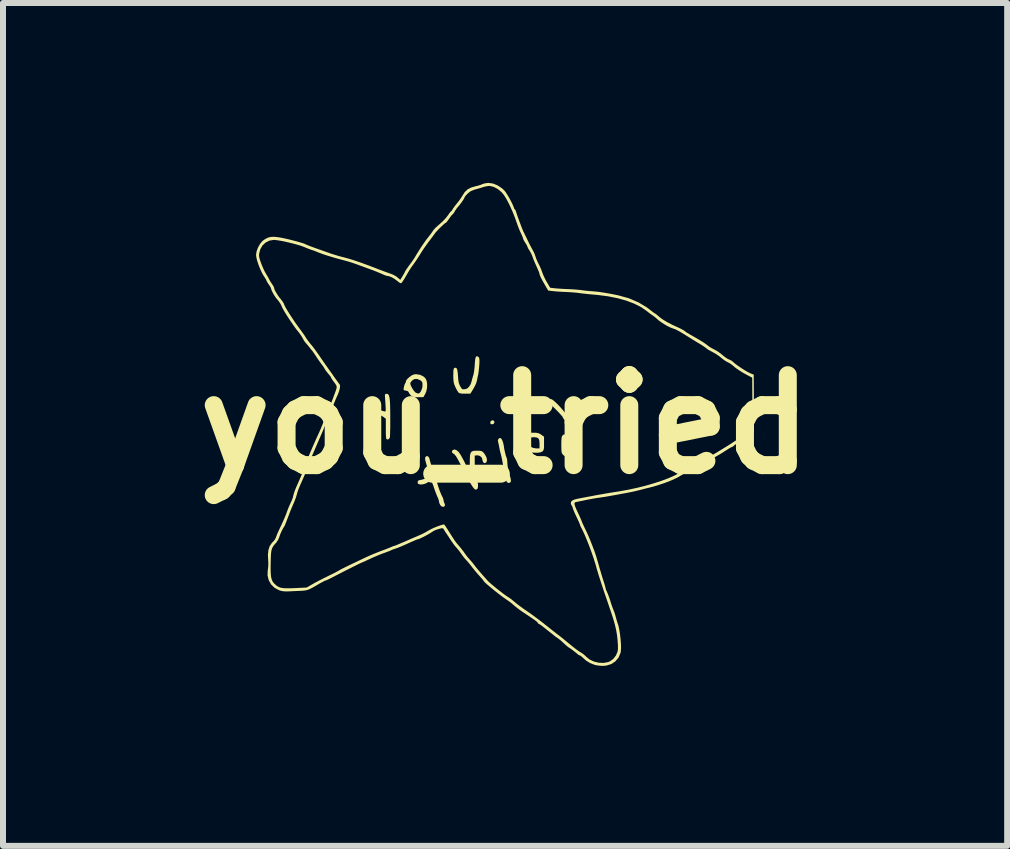
<source format=kicad_pcb>
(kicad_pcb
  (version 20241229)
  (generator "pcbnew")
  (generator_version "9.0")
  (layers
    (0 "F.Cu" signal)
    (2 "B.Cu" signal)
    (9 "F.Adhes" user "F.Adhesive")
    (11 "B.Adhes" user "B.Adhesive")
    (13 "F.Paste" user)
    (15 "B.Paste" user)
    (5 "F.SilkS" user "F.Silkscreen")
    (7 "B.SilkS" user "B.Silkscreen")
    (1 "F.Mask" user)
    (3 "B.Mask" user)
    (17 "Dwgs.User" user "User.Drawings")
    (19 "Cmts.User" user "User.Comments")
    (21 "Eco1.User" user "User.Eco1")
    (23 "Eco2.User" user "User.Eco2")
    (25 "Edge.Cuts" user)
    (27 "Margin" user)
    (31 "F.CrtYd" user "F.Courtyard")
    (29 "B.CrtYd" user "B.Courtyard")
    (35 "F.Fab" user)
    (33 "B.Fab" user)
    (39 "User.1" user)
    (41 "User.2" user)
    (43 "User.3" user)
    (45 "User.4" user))
  (footprint "you_tried"
    (layer "F.Cu")
    (at 5.371 4.027)
    (property "Reference" "you_tried" (at 0 0 0) (layer "F.SilkS") (effects (font (size 1.5 1.5) (thickness 0.3))))
    (attr board_only exclude_from_pos_files exclude_from_bom)
    (fp_poly (pts (xy -0.188 -0.063) (xy -0.177 -0.042) (xy -0.178 -0.033) (xy -0.19 -0.011) (xy -0.213 -0.002) (xy -0.235 -0.006) (xy -0.246 -0.019) (xy -0.244 -0.044) (xy -0.235 -0.058) (xy -0.211 -0.07)) (stroke (width 0) (type solid)) (fill yes) (layer "F.SilkS"))
    (fp_poly (pts (xy -0.063 0.236) (xy -0.046 0.266) (xy -0.031 0.308) (xy -0.021 0.355) (xy -0.021 0.356) (xy -0.013 0.41) (xy -0.001 0.465) (xy 0.011 0.514) (xy 0.023 0.548) (xy 0.026 0.553) (xy 0.033 0.579) (xy 0.037 0.617) (xy 0.038 0.634) (xy 0.041 0.685) (xy 0.053 0.75) (xy 0.074 0.833) (xy 0.09 0.89) (xy 0.097 0.925) (xy 0.097 0.953) (xy 0.096 0.956) (xy 0.079 0.972) (xy 0.053 0.975) (xy 0.032 0.964) (xy 0.031 0.962) (xy 0.023 0.942) (xy 0.013 0.903) (xy 0.001 0.852) (xy -0.012 0.794) (xy -0.024 0.736) (xy -0.033 0.683) (xy -0.037 0.657) (xy -0.047 0.6) (xy -0.06 0.537) (xy -0.068 0.506) (xy -0.082 0.453) (xy -0.094 0.398) (xy -0.099 0.369) (xy -0.107 0.328) (xy -0.115 0.295) (xy -0.118 0.284) (xy -0.119 0.257) (xy -0.103 0.234) (xy -0.08 0.225)) (stroke (width 0) (type solid)) (fill yes) (layer "F.SilkS"))
    (fp_poly (pts (xy -1.414 -0.827) (xy -1.356 -0.797) (xy -1.326 -0.767) (xy -1.307 -0.726) (xy -1.299 -0.672) (xy -1.301 -0.611) (xy -1.313 -0.551) (xy -1.331 -0.51) (xy -1.361 -0.456) (xy -1.44 -0.454) (xy -1.502 -0.455) (xy -1.545 -0.465) (xy -1.552 -0.469) (xy -1.581 -0.493) (xy -1.601 -0.525) (xy -1.618 -0.553) (xy -1.643 -0.562) (xy -1.651 -0.563) (xy -1.678 -0.568) (xy -1.691 -0.578) (xy -1.691 -0.6) (xy -1.684 -0.634) (xy -1.674 -0.668) (xy -1.662 -0.692) (xy -1.58 -0.692) (xy -1.579 -0.672) (xy -1.567 -0.64) (xy -1.547 -0.602) (xy -1.523 -0.566) (xy -1.5 -0.538) (xy -1.487 -0.529) (xy -1.454 -0.515) (xy -1.431 -0.519) (xy -1.409 -0.543) (xy -1.402 -0.555) (xy -1.38 -0.611) (xy -1.376 -0.655) (xy -1.378 -0.693) (xy -1.387 -0.715) (xy -1.409 -0.733) (xy -1.416 -0.738) (xy -1.468 -0.759) (xy -1.514 -0.756) (xy -1.554 -0.729) (xy -1.58 -0.692) (xy -1.662 -0.692) (xy -1.662 -0.693) (xy -1.66 -0.695) (xy -1.652 -0.715) (xy -1.651 -0.726) (xy -1.642 -0.744) (xy -1.617 -0.771) (xy -1.592 -0.792) (xy -1.551 -0.821) (xy -1.515 -0.835) (xy -1.482 -0.838)) (stroke (width 0) (type solid)) (fill yes) (layer "F.SilkS"))
    (fp_poly (pts (xy -1.962 -0.51) (xy -1.947 -0.501) (xy -1.936 -0.481) (xy -1.927 -0.448) (xy -1.921 -0.4) (xy -1.917 -0.335) (xy -1.915 -0.249) (xy -1.914 -0.141) (xy -1.914 -0.12) (xy -1.914 -0.033) (xy -1.914 0.047) (xy -1.916 0.116) (xy -1.917 0.17) (xy -1.919 0.206) (xy -1.921 0.218) (xy -1.936 0.243) (xy -1.96 0.251) (xy -1.98 0.242) (xy -1.983 0.227) (xy -1.986 0.192) (xy -1.988 0.142) (xy -1.988 0.081) (xy -1.988 0.069) (xy -1.988 -0.095) (xy -2.025 -0.123) (xy -2.053 -0.141) (xy -2.073 -0.15) (xy -2.075 -0.15) (xy -2.093 -0.156) (xy -2.123 -0.17) (xy -2.13 -0.174) (xy -2.166 -0.189) (xy -2.186 -0.185) (xy -2.209 -0.175) (xy -2.233 -0.187) (xy -2.252 -0.219) (xy -2.258 -0.236) (xy -2.268 -0.285) (xy -2.263 -0.315) (xy -2.244 -0.325) (xy -2.222 -0.319) (xy -2.188 -0.303) (xy -2.151 -0.283) (xy -2.12 -0.262) (xy -2.114 -0.257) (xy -2.086 -0.24) (xy -2.067 -0.233) (xy -2.031 -0.223) (xy -2.013 -0.218) (xy -2 -0.215) (xy -1.993 -0.22) (xy -1.99 -0.236) (xy -1.99 -0.268) (xy -1.993 -0.321) (xy -1.993 -0.321) (xy -1.996 -0.376) (xy -2 -0.426) (xy -2.002 -0.462) (xy -2.003 -0.469) (xy -2.003 -0.497) (xy -1.99 -0.508) (xy -1.98 -0.51)) (stroke (width 0) (type solid)) (fill yes) (layer "F.SilkS"))
    (fp_poly (pts (xy -0.458 -1.135) (xy -0.443 -1.125) (xy -0.433 -1.112) (xy -0.428 -1.089) (xy -0.427 -1.052) (xy -0.429 -1.001) (xy -0.434 -0.942) (xy -0.44 -0.884) (xy -0.447 -0.838) (xy -0.448 -0.832) (xy -0.458 -0.787) (xy -0.466 -0.745) (xy -0.469 -0.732) (xy -0.481 -0.689) (xy -0.501 -0.644) (xy -0.531 -0.59) (xy -0.542 -0.572) (xy -0.579 -0.513) (xy -0.669 -0.513) (xy -0.721 -0.514) (xy -0.754 -0.52) (xy -0.774 -0.53) (xy -0.778 -0.535) (xy -0.794 -0.558) (xy -0.814 -0.594) (xy -0.83 -0.627) (xy -0.846 -0.665) (xy -0.856 -0.7) (xy -0.861 -0.742) (xy -0.863 -0.797) (xy -0.863 -0.816) (xy -0.862 -0.873) (xy -0.86 -0.91) (xy -0.854 -0.931) (xy -0.846 -0.942) (xy -0.843 -0.943) (xy -0.821 -0.946) (xy -0.805 -0.933) (xy -0.795 -0.903) (xy -0.788 -0.852) (xy -0.785 -0.809) (xy -0.78 -0.746) (xy -0.773 -0.699) (xy -0.76 -0.662) (xy -0.749 -0.639) (xy -0.73 -0.608) (xy -0.715 -0.589) (xy -0.71 -0.586) (xy -0.691 -0.587) (xy -0.665 -0.588) (xy -0.632 -0.599) (xy -0.6 -0.629) (xy -0.573 -0.672) (xy -0.557 -0.721) (xy -0.556 -0.726) (xy -0.547 -0.763) (xy -0.538 -0.793) (xy -0.538 -0.794) (xy -0.525 -0.836) (xy -0.515 -0.892) (xy -0.507 -0.968) (xy -0.504 -1.017) (xy -0.499 -1.079) (xy -0.49 -1.119) (xy -0.477 -1.137)) (stroke (width 0) (type solid)) (fill yes) (layer "F.SilkS"))
    (fp_poly (pts (xy -0.807 0.43) (xy -0.769 0.465) (xy -0.751 0.491) (xy -0.727 0.531) (xy -0.701 0.579) (xy -0.676 0.627) (xy -0.655 0.672) (xy -0.641 0.705) (xy -0.638 0.72) (xy -0.629 0.738) (xy -0.613 0.757) (xy -0.602 0.766) (xy -0.595 0.767) (xy -0.591 0.757) (xy -0.589 0.732) (xy -0.588 0.689) (xy -0.588 0.636) (xy -0.587 0.562) (xy -0.583 0.508) (xy -0.573 0.473) (xy -0.556 0.452) (xy -0.529 0.441) (xy -0.491 0.438) (xy -0.471 0.438) (xy -0.423 0.439) (xy -0.391 0.445) (xy -0.369 0.459) (xy -0.347 0.485) (xy -0.333 0.505) (xy -0.308 0.553) (xy -0.301 0.597) (xy -0.311 0.63) (xy -0.319 0.638) (xy -0.342 0.645) (xy -0.363 0.632) (xy -0.375 0.605) (xy -0.376 0.596) (xy -0.387 0.555) (xy -0.417 0.526) (xy -0.456 0.515) (xy -0.465 0.515) (xy -0.506 0.519) (xy -0.505 0.688) (xy -0.504 0.76) (xy -0.501 0.812) (xy -0.497 0.849) (xy -0.49 0.878) (xy -0.48 0.903) (xy -0.477 0.91) (xy -0.46 0.954) (xy -0.451 1) (xy -0.451 1.041) (xy -0.459 1.071) (xy -0.47 1.08) (xy -0.489 1.087) (xy -0.502 1.083) (xy -0.519 1.066) (xy -0.528 1.056) (xy -0.547 1.03) (xy -0.573 0.988) (xy -0.604 0.936) (xy -0.636 0.879) (xy -0.665 0.824) (xy -0.688 0.776) (xy -0.694 0.763) (xy -0.712 0.724) (xy -0.73 0.69) (xy -0.731 0.688) (xy -0.745 0.661) (xy -0.767 0.621) (xy -0.79 0.577) (xy -0.817 0.532) (xy -0.842 0.5) (xy -0.86 0.487) (xy -0.884 0.468) (xy -0.885 0.444) (xy -0.87 0.426) (xy -0.841 0.417)) (stroke (width 0) (type solid)) (fill yes) (layer "F.SilkS"))
    (fp_poly (pts (xy -1.273 0.543) (xy -1.261 0.569) (xy -1.251 0.609) (xy -1.237 0.657) (xy -1.222 0.709) (xy -1.207 0.756) (xy -1.194 0.795) (xy -1.186 0.818) (xy -1.184 0.821) (xy -1.17 0.819) (xy -1.146 0.806) (xy -1.14 0.802) (xy -1.11 0.784) (xy -1.087 0.776) (xy -1.085 0.775) (xy -1.062 0.767) (xy -1.051 0.757) (xy -1.026 0.741) (xy -0.999 0.74) (xy -0.981 0.755) (xy -0.98 0.757) (xy -0.983 0.781) (xy -1.005 0.81) (xy -1.041 0.84) (xy -1.086 0.865) (xy -1.119 0.882) (xy -1.141 0.9) (xy -1.146 0.906) (xy -1.144 0.925) (xy -1.136 0.961) (xy -1.122 1.009) (xy -1.105 1.062) (xy -1.086 1.115) (xy -1.067 1.161) (xy -1.051 1.196) (xy -1.049 1.198) (xy -1.033 1.232) (xy -1.026 1.261) (xy -1.026 1.264) (xy -1.019 1.295) (xy -1.011 1.312) (xy -1.001 1.342) (xy -1.009 1.364) (xy -1.029 1.374) (xy -1.055 1.369) (xy -1.079 1.346) (xy -1.08 1.345) (xy -1.095 1.313) (xy -1.101 1.288) (xy -1.106 1.259) (xy -1.12 1.224) (xy -1.121 1.222) (xy -1.134 1.192) (xy -1.152 1.147) (xy -1.172 1.093) (xy -1.182 1.064) (xy -1.199 1.013) (xy -1.216 0.973) (xy -1.229 0.947) (xy -1.234 0.942) (xy -1.251 0.945) (xy -1.279 0.96) (xy -1.293 0.969) (xy -1.332 0.988) (xy -1.375 0.999) (xy -1.415 1.001) (xy -1.444 0.993) (xy -1.455 0.982) (xy -1.457 0.951) (xy -1.439 0.931) (xy -1.411 0.925) (xy -1.386 0.921) (xy -1.351 0.909) (xy -1.312 0.894) (xy -1.278 0.877) (xy -1.256 0.863) (xy -1.251 0.857) (xy -1.254 0.842) (xy -1.264 0.814) (xy -1.268 0.804) (xy -1.283 0.76) (xy -1.299 0.706) (xy -1.315 0.653) (xy -1.327 0.607) (xy -1.333 0.583) (xy -1.331 0.549) (xy -1.315 0.53) (xy -1.294 0.528)) (stroke (width 0) (type solid)) (fill yes) (layer "F.SilkS"))
    (fp_poly (pts (xy 0.523 0.139) (xy 0.559 0.147) (xy 0.59 0.162) (xy 0.603 0.171) (xy 0.65 0.204) (xy 0.65 0.315) (xy 0.65 0.37) (xy 0.647 0.406) (xy 0.641 0.428) (xy 0.631 0.443) (xy 0.622 0.451) (xy 0.589 0.466) (xy 0.54 0.472) (xy 0.485 0.471) (xy 0.431 0.462) (xy 0.387 0.447) (xy 0.37 0.436) (xy 0.353 0.426) (xy 0.343 0.435) (xy 0.339 0.464) (xy 0.338 0.498) (xy 0.339 0.539) (xy 0.345 0.566) (xy 0.359 0.59) (xy 0.387 0.62) (xy 0.397 0.63) (xy 0.43 0.661) (xy 0.455 0.678) (xy 0.481 0.686) (xy 0.518 0.688) (xy 0.532 0.688) (xy 0.59 0.692) (xy 0.629 0.705) (xy 0.648 0.724) (xy 0.646 0.742) (xy 0.638 0.753) (xy 0.62 0.759) (xy 0.586 0.762) (xy 0.535 0.762) (xy 0.479 0.76) (xy 0.442 0.755) (xy 0.414 0.746) (xy 0.392 0.733) (xy 0.355 0.704) (xy 0.327 0.676) (xy 0.297 0.637) (xy 0.291 0.629) (xy 0.278 0.609) (xy 0.27 0.587) (xy 0.266 0.558) (xy 0.263 0.516) (xy 0.263 0.456) (xy 0.263 0.444) (xy 0.263 0.38) (xy 0.265 0.343) (xy 0.352 0.343) (xy 0.357 0.349) (xy 0.372 0.351) (xy 0.397 0.358) (xy 0.429 0.374) (xy 0.431 0.375) (xy 0.469 0.391) (xy 0.514 0.399) (xy 0.522 0.399) (xy 0.575 0.4) (xy 0.575 0.323) (xy 0.572 0.27) (xy 0.559 0.237) (xy 0.533 0.219) (xy 0.49 0.213) (xy 0.48 0.213) (xy 0.448 0.215) (xy 0.425 0.223) (xy 0.406 0.243) (xy 0.383 0.279) (xy 0.377 0.291) (xy 0.358 0.325) (xy 0.352 0.343) (xy 0.265 0.343) (xy 0.265 0.336) (xy 0.269 0.309) (xy 0.276 0.296) (xy 0.281 0.292) (xy 0.298 0.275) (xy 0.3 0.264) (xy 0.308 0.24) (xy 0.325 0.213) (xy 0.342 0.186) (xy 0.35 0.167) (xy 0.35 0.167) (xy 0.357 0.153) (xy 0.381 0.143) (xy 0.424 0.139) (xy 0.472 0.138)) (stroke (width 0) (type solid)) (fill yes) (layer "F.SilkS"))
    (fp_poly (pts (xy 0.785 -0.416) (xy 0.819 -0.39) (xy 0.862 -0.35) (xy 0.91 -0.301) (xy 0.959 -0.245) (xy 1.008 -0.185) (xy 1.047 -0.133) (xy 1.071 -0.1) (xy 1.092 -0.071) (xy 1.094 -0.069) (xy 1.135 -0.014) (xy 1.168 0.032) (xy 1.191 0.065) (xy 1.2 0.083) (xy 1.201 0.085) (xy 1.21 0.098) (xy 1.226 0.11) (xy 1.245 0.131) (xy 1.251 0.148) (xy 1.259 0.175) (xy 1.266 0.185) (xy 1.274 0.202) (xy 1.266 0.215) (xy 1.258 0.236) (xy 1.252 0.279) (xy 1.251 0.34) (xy 1.247 0.422) (xy 1.235 0.483) (xy 1.215 0.521) (xy 1.207 0.528) (xy 1.189 0.533) (xy 1.153 0.536) (xy 1.107 0.538) (xy 1.097 0.538) (xy 1.046 0.537) (xy 1.013 0.533) (xy 0.991 0.525) (xy 0.972 0.511) (xy 0.969 0.507) (xy 0.955 0.492) (xy 0.946 0.475) (xy 0.941 0.451) (xy 0.939 0.414) (xy 0.938 0.359) (xy 0.938 0.345) (xy 1.013 0.345) (xy 1.014 0.393) (xy 1.017 0.431) (xy 1.02 0.452) (xy 1.021 0.454) (xy 1.041 0.461) (xy 1.075 0.463) (xy 1.113 0.461) (xy 1.145 0.455) (xy 1.161 0.448) (xy 1.169 0.427) (xy 1.174 0.386) (xy 1.176 0.335) (xy 1.176 0.238) (xy 1.094 0.241) (xy 1.013 0.244) (xy 1.013 0.345) (xy 0.938 0.345) (xy 0.938 0.344) (xy 0.939 0.273) (xy 0.942 0.224) (xy 0.951 0.192) (xy 0.968 0.174) (xy 0.996 0.165) (xy 1.037 0.163) (xy 1.063 0.163) (xy 1.163 0.163) (xy 1.139 0.124) (xy 1.117 0.092) (xy 1.085 0.054) (xy 1.064 0.031) (xy 1.037 -0.001) (xy 1.018 -0.028) (xy 1.013 -0.041) (xy 1.004 -0.062) (xy 0.988 -0.081) (xy 0.969 -0.103) (xy 0.963 -0.119) (xy 0.955 -0.133) (xy 0.931 -0.16) (xy 0.897 -0.198) (xy 0.854 -0.242) (xy 0.843 -0.253) (xy 0.793 -0.303) (xy 0.759 -0.339) (xy 0.74 -0.365) (xy 0.731 -0.384) (xy 0.731 -0.398) (xy 0.731 -0.399) (xy 0.747 -0.42) (xy 0.762 -0.425)) (stroke (width 0) (type solid)) (fill yes) (layer "F.SilkS"))
    (fp_poly (pts (xy -0.197 -4.016) (xy -0.121 -3.984) (xy -0.049 -3.936) (xy -0.01 -3.899) (xy 0.012 -3.87) (xy 0.039 -3.828) (xy 0.069 -3.778) (xy 0.098 -3.724) (xy 0.123 -3.674) (xy 0.141 -3.632) (xy 0.15 -3.605) (xy 0.15 -3.602) (xy 0.159 -3.59) (xy 0.161 -3.589) (xy 0.171 -3.578) (xy 0.182 -3.552) (xy 0.185 -3.542) (xy 0.196 -3.508) (xy 0.212 -3.46) (xy 0.233 -3.403) (xy 0.255 -3.344) (xy 0.276 -3.288) (xy 0.294 -3.243) (xy 0.307 -3.213) (xy 0.31 -3.208) (xy 0.321 -3.186) (xy 0.339 -3.148) (xy 0.363 -3.1) (xy 0.377 -3.07) (xy 0.404 -3.014) (xy 0.432 -2.96) (xy 0.456 -2.916) (xy 0.464 -2.901) (xy 0.486 -2.859) (xy 0.502 -2.817) (xy 0.507 -2.802) (xy 0.518 -2.768) (xy 0.537 -2.723) (xy 0.556 -2.683) (xy 0.582 -2.631) (xy 0.606 -2.575) (xy 0.619 -2.539) (xy 0.636 -2.494) (xy 0.661 -2.439) (xy 0.69 -2.384) (xy 0.696 -2.375) (xy 0.751 -2.28) (xy 0.822 -2.271) (xy 0.865 -2.267) (xy 0.924 -2.263) (xy 0.991 -2.259) (xy 1.038 -2.257) (xy 1.108 -2.254) (xy 1.18 -2.249) (xy 1.244 -2.243) (xy 1.276 -2.239) (xy 1.337 -2.231) (xy 1.408 -2.224) (xy 1.473 -2.219) (xy 1.476 -2.219) (xy 1.558 -2.211) (xy 1.66 -2.196) (xy 1.778 -2.175) (xy 1.895 -2.151) (xy 2.066 -2.103) (xy 2.223 -2.036) (xy 2.365 -1.951) (xy 2.434 -1.898) (xy 2.466 -1.873) (xy 2.49 -1.856) (xy 2.499 -1.851) (xy 2.512 -1.843) (xy 2.538 -1.823) (xy 2.567 -1.797) (xy 2.622 -1.755) (xy 2.701 -1.707) (xy 2.802 -1.655) (xy 2.903 -1.609) (xy 2.943 -1.589) (xy 2.976 -1.571) (xy 2.99 -1.561) (xy 3.008 -1.547) (xy 3.039 -1.526) (xy 3.087 -1.498) (xy 3.154 -1.46) (xy 3.164 -1.454) (xy 3.243 -1.408) (xy 3.309 -1.367) (xy 3.358 -1.333) (xy 3.378 -1.317) (xy 3.407 -1.295) (xy 3.449 -1.27) (xy 3.486 -1.251) (xy 3.536 -1.223) (xy 3.59 -1.186) (xy 3.63 -1.153) (xy 3.67 -1.121) (xy 3.707 -1.096) (xy 3.736 -1.083) (xy 3.736 -1.082) (xy 3.771 -1.067) (xy 3.803 -1.042) (xy 3.803 -1.042) (xy 3.832 -1.016) (xy 3.876 -0.983) (xy 3.93 -0.946) (xy 3.986 -0.91) (xy 4.039 -0.878) (xy 4.083 -0.856) (xy 4.096 -0.85) (xy 4.146 -0.831) (xy 4.149 -0.358) (xy 4.15 -0.252) (xy 4.15 -0.152) (xy 4.149 -0.064) (xy 4.148 0.012) (xy 4.147 0.071) (xy 4.145 0.112) (xy 4.143 0.13) (xy 4.143 0.131) (xy 4.122 0.153) (xy 4.085 0.183) (xy 4.037 0.217) (xy 3.983 0.251) (xy 3.93 0.28) (xy 3.885 0.304) (xy 3.847 0.329) (xy 3.823 0.348) (xy 3.822 0.349) (xy 3.8 0.368) (xy 3.784 0.375) (xy 3.768 0.382) (xy 3.737 0.399) (xy 3.696 0.425) (xy 3.671 0.441) (xy 3.615 0.477) (xy 3.556 0.512) (xy 3.504 0.542) (xy 3.491 0.548) (xy 3.437 0.578) (xy 3.379 0.612) (xy 3.341 0.635) (xy 3.309 0.655) (xy 3.264 0.68) (xy 3.212 0.708) (xy 3.157 0.736) (xy 3.105 0.762) (xy 3.062 0.783) (xy 3.03 0.796) (xy 3.018 0.8) (xy 3.004 0.807) (xy 2.976 0.824) (xy 2.943 0.845) (xy 2.869 0.888) (xy 2.774 0.932) (xy 2.664 0.975) (xy 2.544 1.015) (xy 2.419 1.05) (xy 2.395 1.056) (xy 2.333 1.071) (xy 2.265 1.089) (xy 2.22 1.1) (xy 2.164 1.114) (xy 2.097 1.128) (xy 2.031 1.141) (xy 2.02 1.143) (xy 1.953 1.155) (xy 1.88 1.169) (xy 1.815 1.181) (xy 1.807 1.182) (xy 1.752 1.192) (xy 1.7 1.201) (xy 1.661 1.208) (xy 1.657 1.208) (xy 1.576 1.22) (xy 1.51 1.23) (xy 1.452 1.24) (xy 1.391 1.251) (xy 1.338 1.262) (xy 1.281 1.274) (xy 1.23 1.284) (xy 1.193 1.292) (xy 1.179 1.295) (xy 1.164 1.301) (xy 1.157 1.314) (xy 1.159 1.337) (xy 1.171 1.373) (xy 1.193 1.425) (xy 1.221 1.485) (xy 1.244 1.534) (xy 1.262 1.575) (xy 1.273 1.601) (xy 1.276 1.609) (xy 1.281 1.623) (xy 1.294 1.654) (xy 1.314 1.696) (xy 1.324 1.718) (xy 1.365 1.803) (xy 1.397 1.875) (xy 1.424 1.941) (xy 1.45 2.007) (xy 1.468 2.055) (xy 1.486 2.101) (xy 1.495 2.126) (xy 1.505 2.155) (xy 1.52 2.201) (xy 1.537 2.259) (xy 1.556 2.324) (xy 1.558 2.332) (xy 1.579 2.406) (xy 1.602 2.482) (xy 1.623 2.553) (xy 1.64 2.605) (xy 1.656 2.655) (xy 1.668 2.697) (xy 1.675 2.724) (xy 1.676 2.73) (xy 1.681 2.751) (xy 1.695 2.782) (xy 1.698 2.789) (xy 1.713 2.823) (xy 1.731 2.871) (xy 1.749 2.923) (xy 1.75 2.926) (xy 1.766 2.979) (xy 1.779 3.017) (xy 1.791 3.051) (xy 1.806 3.09) (xy 1.818 3.12) (xy 1.834 3.166) (xy 1.848 3.217) (xy 1.851 3.227) (xy 1.862 3.267) (xy 1.872 3.3) (xy 1.875 3.308) (xy 1.891 3.357) (xy 1.905 3.423) (xy 1.917 3.499) (xy 1.926 3.579) (xy 1.932 3.658) (xy 1.934 3.728) (xy 1.93 3.784) (xy 1.926 3.808) (xy 1.892 3.887) (xy 1.839 3.95) (xy 1.772 3.995) (xy 1.691 4.02) (xy 1.626 4.026) (xy 1.573 4.022) (xy 1.522 4.015) (xy 1.493 4.008) (xy 1.414 3.977) (xy 1.35 3.936) (xy 1.31 3.901) (xy 1.281 3.874) (xy 1.258 3.856) (xy 1.249 3.852) (xy 1.229 3.845) (xy 1.222 3.839) (xy 1.159 3.788) (xy 1.112 3.752) (xy 1.081 3.73) (xy 1.071 3.724) (xy 1.049 3.709) (xy 1.016 3.682) (xy 0.979 3.648) (xy 0.978 3.647) (xy 0.939 3.611) (xy 0.9 3.579) (xy 0.872 3.559) (xy 0.839 3.536) (xy 0.813 3.516) (xy 0.811 3.514) (xy 0.786 3.493) (xy 0.755 3.469) (xy 0.754 3.468) (xy 0.726 3.446) (xy 0.688 3.416) (xy 0.648 3.384) (xy 0.612 3.356) (xy 0.582 3.335) (xy 0.566 3.327) (xy 0.565 3.327) (xy 0.55 3.317) (xy 0.546 3.309) (xy 0.542 3.301) (xy 0.533 3.292) (xy 0.517 3.278) (xy 0.491 3.259) (xy 0.453 3.233) (xy 0.4 3.197) (xy 0.33 3.15) (xy 0.305 3.134) (xy 0.253 3.098) (xy 0.205 3.062) (xy 0.166 3.031) (xy 0.15 3.017) (xy 0.118 2.989) (xy 0.073 2.954) (xy 0.025 2.921) (xy 0.019 2.917) (xy -0.017 2.892) (xy -0.063 2.858) (xy -0.115 2.818) (xy -0.17 2.775) (xy -0.223 2.731) (xy -0.271 2.691) (xy -0.311 2.657) (xy -0.339 2.631) (xy -0.35 2.617) (xy -0.351 2.616) (xy -0.359 2.604) (xy -0.38 2.578) (xy -0.41 2.544) (xy -0.421 2.532) (xy -0.462 2.486) (xy -0.51 2.429) (xy -0.554 2.374) (xy -0.562 2.363) (xy -0.596 2.32) (xy -0.627 2.283) (xy -0.65 2.258) (xy -0.656 2.251) (xy -0.674 2.232) (xy -0.7 2.199) (xy -0.725 2.164) (xy -0.757 2.119) (xy -0.791 2.076) (xy -0.813 2.051) (xy -0.84 2.02) (xy -0.873 1.975) (xy -0.907 1.926) (xy -0.915 1.913) (xy -0.943 1.87) (xy -0.968 1.833) (xy -0.984 1.809) (xy -0.988 1.804) (xy -1.002 1.782) (xy -1.016 1.757) (xy -1.033 1.733) (xy -1.055 1.73) (xy -1.056 1.73) (xy -1.114 1.745) (xy -1.155 1.759) (xy -1.186 1.773) (xy -1.217 1.792) (xy -1.219 1.794) (xy -1.254 1.816) (xy -1.298 1.841) (xy -1.346 1.867) (xy -1.391 1.889) (xy -1.427 1.906) (xy -1.449 1.913) (xy -1.45 1.913) (xy -1.467 1.918) (xy -1.5 1.931) (xy -1.542 1.95) (xy -1.548 1.952) (xy -1.593 1.972) (xy -1.632 1.99) (xy -1.656 2.001) (xy -1.657 2.001) (xy -1.721 2.029) (xy -1.767 2.048) (xy -1.803 2.062) (xy -1.832 2.072) (xy -1.845 2.076) (xy -1.879 2.088) (xy -1.903 2.099) (xy -1.907 2.101) (xy -1.924 2.109) (xy -1.959 2.122) (xy -2.004 2.139) (xy -2.02 2.144) (xy -2.075 2.165) (xy -2.142 2.192) (xy -2.211 2.222) (xy -2.249 2.24) (xy -2.301 2.264) (xy -2.344 2.284) (xy -2.374 2.297) (xy -2.385 2.301) (xy -2.398 2.307) (xy -2.43 2.322) (xy -2.477 2.345) (xy -2.536 2.374) (xy -2.603 2.408) (xy -2.675 2.444) (xy -2.748 2.482) (xy -2.819 2.518) (xy -2.873 2.546) (xy -2.92 2.57) (xy -2.959 2.589) (xy -2.984 2.6) (xy -2.99 2.601) (xy -3.006 2.607) (xy -3.037 2.623) (xy -3.078 2.645) (xy -3.093 2.653) (xy -3.161 2.693) (xy -3.212 2.722) (xy -3.253 2.743) (xy -3.287 2.757) (xy -3.32 2.766) (xy -3.358 2.771) (xy -3.406 2.774) (xy -3.468 2.777) (xy -3.498 2.778) (xy -3.575 2.782) (xy -3.633 2.784) (xy -3.675 2.783) (xy -3.707 2.78) (xy -3.733 2.775) (xy -3.76 2.767) (xy -3.77 2.763) (xy -3.844 2.723) (xy -3.902 2.666) (xy -3.941 2.596) (xy -3.96 2.516) (xy -3.957 2.429) (xy -3.954 2.417) (xy -3.948 2.367) (xy -3.947 2.309) (xy -3.949 2.274) (xy -3.954 2.175) (xy -3.946 2.095) (xy -3.925 2.03) (xy -3.888 1.976) (xy -3.864 1.951) (xy -3.837 1.919) (xy -3.821 1.885) (xy -3.82 1.882) (xy -3.811 1.857) (xy -3.794 1.815) (xy -3.77 1.762) (xy -3.742 1.703) (xy -3.738 1.695) (xy -3.708 1.63) (xy -3.679 1.565) (xy -3.655 1.507) (xy -3.639 1.464) (xy -3.619 1.408) (xy -3.594 1.349) (xy -3.578 1.314) (xy -3.557 1.269) (xy -3.54 1.225) (xy -3.534 1.201) (xy -3.523 1.157) (xy -3.508 1.111) (xy -3.485 1.053) (xy -3.467 1.013) (xy -3.43 0.928) (xy -3.395 0.847) (xy -3.367 0.776) (xy -3.346 0.72) (xy -3.344 0.713) (xy -3.321 0.649) (xy -3.289 0.567) (xy -3.251 0.474) (xy -3.208 0.374) (xy -3.163 0.272) (xy -3.145 0.231) (xy -3.111 0.158) (xy -3.086 0.102) (xy -3.066 0.055) (xy -3.049 0.013) (xy -3.032 -0.03) (xy -3.02 -0.063) (xy -2.999 -0.119) (xy -2.975 -0.178) (xy -2.955 -0.225) (xy -2.935 -0.272) (xy -2.911 -0.33) (xy -2.885 -0.395) (xy -2.86 -0.46) (xy -2.838 -0.52) (xy -2.82 -0.569) (xy -2.81 -0.601) (xy -2.809 -0.605) (xy -2.807 -0.628) (xy -2.814 -0.652) (xy -2.835 -0.685) (xy -2.851 -0.706) (xy -2.877 -0.741) (xy -2.895 -0.769) (xy -2.901 -0.783) (xy -2.909 -0.798) (xy -2.929 -0.824) (xy -2.946 -0.844) (xy -2.976 -0.881) (xy -3.002 -0.917) (xy -3.01 -0.932) (xy -3.031 -0.967) (xy -3.052 -0.994) (xy -3.068 -1.016) (xy -3.094 -1.052) (xy -3.125 -1.096) (xy -3.14 -1.119) (xy -3.169 -1.163) (xy -3.193 -1.198) (xy -3.209 -1.221) (xy -3.213 -1.226) (xy -3.225 -1.239) (xy -3.245 -1.264) (xy -3.253 -1.276) (xy -3.284 -1.314) (xy -3.316 -1.351) (xy -3.321 -1.356) (xy -3.348 -1.391) (xy -3.37 -1.429) (xy -3.371 -1.432) (xy -3.388 -1.462) (xy -3.414 -1.502) (xy -3.446 -1.544) (xy -3.448 -1.546) (xy -3.486 -1.594) (xy -3.528 -1.653) (xy -3.572 -1.717) (xy -3.616 -1.783) (xy -3.656 -1.846) (xy -3.69 -1.902) (xy -3.714 -1.946) (xy -3.727 -1.975) (xy -3.727 -1.975) (xy -3.743 -2.01) (xy -3.77 -2.05) (xy -3.788 -2.073) (xy -3.818 -2.109) (xy -3.849 -2.154) (xy -3.875 -2.2) (xy -3.894 -2.241) (xy -3.902 -2.268) (xy -3.902 -2.269) (xy -3.909 -2.287) (xy -3.927 -2.316) (xy -3.939 -2.333) (xy -3.961 -2.365) (xy -3.974 -2.389) (xy -3.977 -2.396) (xy -3.984 -2.414) (xy -4.001 -2.443) (xy -4.014 -2.461) (xy -4.045 -2.512) (xy -4.076 -2.576) (xy -4.105 -2.646) (xy -4.129 -2.716) (xy -4.146 -2.779) (xy -4.15 -2.813) (xy -4.102 -2.813) (xy -4.097 -2.779) (xy -4.082 -2.729) (xy -4.061 -2.671) (xy -4.036 -2.611) (xy -4.011 -2.556) (xy -3.986 -2.513) (xy -3.985 -2.51) (xy -3.96 -2.47) (xy -3.937 -2.427) (xy -3.937 -2.426) (xy -3.915 -2.386) (xy -3.888 -2.345) (xy -3.884 -2.339) (xy -3.864 -2.309) (xy -3.853 -2.285) (xy -3.852 -2.28) (xy -3.845 -2.252) (xy -3.825 -2.212) (xy -3.797 -2.166) (xy -3.766 -2.12) (xy -3.74 -2.09) (xy -3.712 -2.053) (xy -3.69 -2.019) (xy -3.683 -2) (xy -3.673 -1.976) (xy -3.651 -1.936) (xy -3.62 -1.884) (xy -3.582 -1.824) (xy -3.54 -1.76) (xy -3.497 -1.696) (xy -3.455 -1.637) (xy -3.417 -1.585) (xy -3.412 -1.579) (xy -3.379 -1.534) (xy -3.348 -1.49) (xy -3.326 -1.456) (xy -3.325 -1.454) (xy -3.303 -1.42) (xy -3.271 -1.377) (xy -3.24 -1.338) (xy -3.206 -1.297) (xy -3.166 -1.244) (xy -3.125 -1.186) (xy -3.104 -1.157) (xy -3.064 -1.098) (xy -3.021 -1.035) (xy -2.981 -0.979) (xy -2.965 -0.957) (xy -2.927 -0.902) (xy -2.882 -0.84) (xy -2.842 -0.782) (xy -2.837 -0.775) (xy -2.806 -0.732) (xy -2.78 -0.695) (xy -2.761 -0.671) (xy -2.757 -0.666) (xy -2.751 -0.645) (xy -2.754 -0.607) (xy -2.766 -0.56) (xy -2.784 -0.508) (xy -2.796 -0.481) (xy -2.809 -0.454) (xy -2.826 -0.414) (xy -2.849 -0.358) (xy -2.879 -0.285) (xy -2.916 -0.192) (xy -2.953 -0.1) (xy -2.981 -0.032) (xy -3.009 0.037) (xy -3.034 0.098) (xy -3.054 0.144) (xy -3.077 0.197) (xy -3.104 0.259) (xy -3.133 0.326) (xy -3.162 0.394) (xy -3.189 0.456) (xy -3.212 0.509) (xy -3.229 0.549) (xy -3.238 0.569) (xy -3.251 0.601) (xy -3.262 0.625) (xy -3.274 0.658) (xy -3.287 0.699) (xy -3.29 0.707) (xy -3.306 0.755) (xy -3.333 0.821) (xy -3.367 0.901) (xy -3.407 0.991) (xy -3.417 1.013) (xy -3.44 1.068) (xy -3.461 1.127) (xy -3.472 1.168) (xy -3.487 1.218) (xy -3.509 1.277) (xy -3.532 1.331) (xy -3.554 1.382) (xy -3.581 1.447) (xy -3.607 1.515) (xy -3.621 1.551) (xy -3.641 1.605) (xy -3.659 1.651) (xy -3.672 1.683) (xy -3.679 1.696) (xy -3.701 1.731) (xy -3.726 1.78) (xy -3.749 1.832) (xy -3.764 1.877) (xy -3.765 1.879) (xy -3.783 1.922) (xy -3.811 1.965) (xy -3.82 1.976) (xy -3.85 2.009) (xy -3.871 2.039) (xy -3.887 2.072) (xy -3.897 2.111) (xy -3.903 2.162) (xy -3.906 2.23) (xy -3.908 2.313) (xy -3.909 2.407) (xy -3.907 2.481) (xy -3.902 2.537) (xy -3.892 2.58) (xy -3.879 2.613) (xy -3.86 2.64) (xy -3.846 2.655) (xy -3.814 2.685) (xy -3.782 2.706) (xy -3.745 2.721) (xy -3.7 2.729) (xy -3.641 2.732) (xy -3.565 2.731) (xy -3.506 2.729) (xy -3.307 2.719) (xy -3.207 2.661) (xy -3.157 2.633) (xy -3.092 2.599) (xy -3.021 2.563) (xy -2.951 2.528) (xy -2.945 2.525) (xy -2.887 2.497) (xy -2.837 2.472) (xy -2.8 2.452) (xy -2.779 2.441) (xy -2.776 2.439) (xy -2.762 2.43) (xy -2.727 2.411) (xy -2.67 2.383) (xy -2.593 2.345) (xy -2.496 2.299) (xy -2.381 2.244) (xy -2.332 2.221) (xy -2.267 2.191) (xy -2.189 2.158) (xy -2.11 2.126) (xy -2.057 2.106) (xy -1.998 2.084) (xy -1.947 2.064) (xy -1.908 2.048) (xy -1.886 2.039) (xy -1.885 2.038) (xy -1.861 2.028) (xy -1.851 2.026) (xy -1.835 2.021) (xy -1.801 2.008) (xy -1.754 1.988) (xy -1.698 1.964) (xy -1.685 1.959) (xy -1.617 1.929) (xy -1.548 1.899) (xy -1.484 1.872) (xy -1.438 1.852) (xy -1.382 1.827) (xy -1.326 1.798) (xy -1.281 1.772) (xy -1.28 1.771) (xy -1.245 1.752) (xy -1.2 1.73) (xy -1.149 1.708) (xy -1.099 1.69) (xy -1.056 1.675) (xy -1.026 1.668) (xy -1.014 1.669) (xy -1.004 1.681) (xy -0.985 1.71) (xy -0.959 1.749) (xy -0.945 1.772) (xy -0.9 1.843) (xy -0.865 1.898) (xy -0.836 1.941) (xy -0.81 1.976) (xy -0.783 2.008) (xy -0.768 2.025) (xy -0.731 2.07) (xy -0.692 2.12) (xy -0.675 2.145) (xy -0.645 2.186) (xy -0.613 2.226) (xy -0.597 2.244) (xy -0.569 2.275) (xy -0.535 2.315) (xy -0.513 2.344) (xy -0.475 2.393) (xy -0.423 2.455) (xy -0.355 2.533) (xy -0.284 2.612) (xy -0.26 2.635) (xy -0.222 2.668) (xy -0.174 2.708) (xy -0.121 2.751) (xy -0.068 2.792) (xy -0.02 2.829) (xy 0.019 2.857) (xy 0.044 2.873) (xy 0.071 2.891) (xy 0.11 2.919) (xy 0.151 2.953) (xy 0.157 2.958) (xy 0.198 2.992) (xy 0.253 3.033) (xy 0.313 3.077) (xy 0.366 3.113) (xy 0.425 3.154) (xy 0.495 3.205) (xy 0.57 3.261) (xy 0.642 3.316) (xy 0.667 3.337) (xy 0.727 3.384) (xy 0.785 3.43) (xy 0.835 3.469) (xy 0.873 3.499) (xy 0.89 3.511) (xy 0.927 3.54) (xy 0.973 3.577) (xy 1.019 3.615) (xy 1.022 3.617) (xy 1.104 3.685) (xy 1.176 3.742) (xy 1.236 3.785) (xy 1.275 3.809) (xy 1.312 3.835) (xy 1.349 3.868) (xy 1.354 3.874) (xy 1.411 3.92) (xy 1.483 3.954) (xy 1.563 3.973) (xy 1.645 3.976) (xy 1.72 3.962) (xy 1.748 3.95) (xy 1.804 3.91) (xy 1.849 3.852) (xy 1.876 3.788) (xy 1.882 3.748) (xy 1.882 3.683) (xy 1.876 3.596) (xy 1.867 3.515) (xy 1.853 3.432) (xy 1.833 3.345) (xy 1.806 3.248) (xy 1.77 3.137) (xy 1.73 3.02) (xy 1.704 2.943) (xy 1.675 2.859) (xy 1.645 2.772) (xy 1.617 2.686) (xy 1.591 2.606) (xy 1.568 2.536) (xy 1.551 2.48) (xy 1.54 2.443) (xy 1.538 2.439) (xy 1.511 2.342) (xy 1.478 2.236) (xy 1.44 2.126) (xy 1.4 2.018) (xy 1.359 1.915) (xy 1.321 1.825) (xy 1.286 1.751) (xy 1.274 1.729) (xy 1.259 1.699) (xy 1.251 1.678) (xy 1.251 1.676) (xy 1.246 1.661) (xy 1.232 1.628) (xy 1.211 1.583) (xy 1.188 1.533) (xy 1.163 1.48) (xy 1.143 1.433) (xy 1.13 1.399) (xy 1.126 1.383) (xy 1.119 1.362) (xy 1.115 1.358) (xy 1.104 1.342) (xy 1.097 1.319) (xy 1.099 1.291) (xy 1.12 1.269) (xy 1.16 1.251) (xy 1.213 1.238) (xy 1.334 1.215) (xy 1.436 1.196) (xy 1.524 1.179) (xy 1.605 1.165) (xy 1.683 1.151) (xy 1.766 1.137) (xy 1.857 1.123) (xy 1.913 1.114) (xy 2.056 1.088) (xy 2.201 1.057) (xy 2.344 1.021) (xy 2.482 0.981) (xy 2.611 0.939) (xy 2.726 0.896) (xy 2.825 0.852) (xy 2.903 0.81) (xy 2.908 0.807) (xy 2.947 0.784) (xy 3 0.755) (xy 3.059 0.725) (xy 3.089 0.711) (xy 3.154 0.679) (xy 3.234 0.636) (xy 3.325 0.585) (xy 3.422 0.53) (xy 3.52 0.473) (xy 3.614 0.416) (xy 3.699 0.364) (xy 3.77 0.319) (xy 3.805 0.295) (xy 3.847 0.268) (xy 3.897 0.238) (xy 3.927 0.222) (xy 3.976 0.193) (xy 4.03 0.158) (xy 4.062 0.135) (xy 4.127 0.084) (xy 4.124 -0.348) (xy 4.121 -0.78) (xy 4.046 -0.819) (xy 3.973 -0.859) (xy 3.905 -0.901) (xy 3.847 -0.941) (xy 3.805 -0.976) (xy 3.801 -0.98) (xy 3.768 -1.006) (xy 3.727 -1.031) (xy 3.713 -1.037) (xy 3.672 -1.06) (xy 3.627 -1.092) (xy 3.602 -1.113) (xy 3.561 -1.145) (xy 3.509 -1.18) (xy 3.458 -1.208) (xy 3.415 -1.231) (xy 3.379 -1.252) (xy 3.359 -1.267) (xy 3.358 -1.269) (xy 3.342 -1.281) (xy 3.31 -1.303) (xy 3.266 -1.332) (xy 3.214 -1.363) (xy 3.214 -1.363) (xy 3.153 -1.4) (xy 3.09 -1.439) (xy 3.034 -1.474) (xy 3.001 -1.495) (xy 2.912 -1.549) (xy 2.841 -1.586) (xy 2.787 -1.605) (xy 2.787 -1.605) (xy 2.751 -1.619) (xy 2.703 -1.643) (xy 2.65 -1.674) (xy 2.6 -1.707) (xy 2.559 -1.737) (xy 2.544 -1.751) (xy 2.508 -1.783) (xy 2.468 -1.813) (xy 2.464 -1.816) (xy 2.43 -1.839) (xy 2.388 -1.871) (xy 2.357 -1.895) (xy 2.267 -1.957) (xy 2.156 -2.013) (xy 2.026 -2.063) (xy 1.88 -2.104) (xy 1.721 -2.136) (xy 1.553 -2.158) (xy 1.489 -2.164) (xy 1.42 -2.17) (xy 1.35 -2.177) (xy 1.289 -2.184) (xy 1.258 -2.188) (xy 1.207 -2.195) (xy 1.141 -2.201) (xy 1.07 -2.206) (xy 1.026 -2.208) (xy 0.958 -2.211) (xy 0.89 -2.215) (xy 0.831 -2.22) (xy 0.801 -2.223) (xy 0.72 -2.232) (xy 0.679 -2.301) (xy 0.634 -2.38) (xy 0.602 -2.439) (xy 0.583 -2.48) (xy 0.575 -2.506) (xy 0.575 -2.508) (xy 0.57 -2.528) (xy 0.556 -2.564) (xy 0.536 -2.61) (xy 0.524 -2.637) (xy 0.499 -2.692) (xy 0.476 -2.746) (xy 0.46 -2.789) (xy 0.456 -2.802) (xy 0.437 -2.847) (xy 0.413 -2.891) (xy 0.407 -2.901) (xy 0.387 -2.931) (xy 0.376 -2.954) (xy 0.375 -2.958) (xy 0.369 -2.976) (xy 0.352 -3.006) (xy 0.338 -3.028) (xy 0.317 -3.062) (xy 0.303 -3.09) (xy 0.3 -3.1) (xy 0.295 -3.12) (xy 0.281 -3.153) (xy 0.268 -3.181) (xy 0.244 -3.233) (xy 0.221 -3.29) (xy 0.212 -3.314) (xy 0.167 -3.442) (xy 0.12 -3.56) (xy 0.072 -3.665) (xy 0.025 -3.755) (xy -0.019 -3.826) (xy -0.059 -3.874) (xy -0.122 -3.926) (xy -0.189 -3.961) (xy -0.253 -3.976) (xy -0.263 -3.977) (xy -0.299 -3.973) (xy -0.346 -3.963) (xy -0.381 -3.952) (xy -0.433 -3.936) (xy -0.486 -3.921) (xy -0.515 -3.913) (xy -0.577 -3.887) (xy -0.624 -3.849) (xy -0.652 -3.819) (xy -0.671 -3.796) (xy -0.675 -3.787) (xy -0.682 -3.769) (xy -0.701 -3.739) (xy -0.727 -3.701) (xy -0.755 -3.664) (xy -0.781 -3.632) (xy -0.783 -3.631) (xy -0.81 -3.597) (xy -0.837 -3.557) (xy -0.841 -3.549) (xy -0.859 -3.52) (xy -0.873 -3.503) (xy -0.877 -3.502) (xy -0.887 -3.492) (xy -0.907 -3.467) (xy -0.931 -3.433) (xy -0.956 -3.398) (xy -0.975 -3.373) (xy -0.986 -3.364) (xy -1 -3.356) (xy -1.027 -3.333) (xy -1.061 -3.301) (xy -1.098 -3.265) (xy -1.133 -3.228) (xy -1.162 -3.196) (xy -1.176 -3.177) (xy -1.198 -3.146) (xy -1.229 -3.104) (xy -1.265 -3.057) (xy -1.275 -3.044) (xy -1.312 -2.993) (xy -1.356 -2.931) (xy -1.398 -2.866) (xy -1.419 -2.832) (xy -1.454 -2.777) (xy -1.489 -2.724) (xy -1.519 -2.681) (xy -1.535 -2.659) (xy -1.566 -2.616) (xy -1.598 -2.567) (xy -1.61 -2.547) (xy -1.651 -2.476) (xy -1.681 -2.425) (xy -1.704 -2.39) (xy -1.719 -2.368) (xy -1.73 -2.357) (xy -1.734 -2.354) (xy -1.751 -2.359) (xy -1.779 -2.378) (xy -1.797 -2.393) (xy -1.84 -2.425) (xy -1.887 -2.453) (xy -1.932 -2.471) (xy -1.96 -2.476) (xy -1.984 -2.481) (xy -2.016 -2.493) (xy -2.018 -2.494) (xy -2.057 -2.511) (xy -2.108 -2.533) (xy -2.162 -2.555) (xy -2.211 -2.574) (xy -2.247 -2.587) (xy -2.251 -2.589) (xy -2.277 -2.598) (xy -2.319 -2.613) (xy -2.369 -2.632) (xy -2.389 -2.639) (xy -2.467 -2.668) (xy -2.531 -2.69) (xy -2.588 -2.709) (xy -2.647 -2.726) (xy -2.717 -2.745) (xy -2.745 -2.752) (xy -2.847 -2.78) (xy -2.946 -2.81) (xy -3.036 -2.839) (xy -3.11 -2.867) (xy -3.133 -2.876) (xy -3.179 -2.895) (xy -3.227 -2.911) (xy -3.233 -2.913) (xy -3.277 -2.929) (xy -3.325 -2.948) (xy -3.339 -2.954) (xy -3.389 -2.974) (xy -3.456 -2.995) (xy -3.534 -3.016) (xy -3.616 -3.036) (xy -3.696 -3.054) (xy -3.769 -3.067) (xy -3.828 -3.075) (xy -3.856 -3.077) (xy -3.929 -3.065) (xy -3.994 -3.032) (xy -4.046 -2.982) (xy -4.082 -2.918) (xy -4.101 -2.842) (xy -4.102 -2.813) (xy -4.15 -2.813) (xy -4.152 -2.827) (xy -4.152 -2.828) (xy -4.143 -2.885) (xy -4.12 -2.949) (xy -4.086 -3.009) (xy -4.047 -3.056) (xy -4.039 -3.063) (xy -3.997 -3.093) (xy -3.955 -3.114) (xy -3.909 -3.126) (xy -3.855 -3.129) (xy -3.789 -3.123) (xy -3.709 -3.109) (xy -3.61 -3.087) (xy -3.571 -3.077) (xy -3.5 -3.059) (xy -3.438 -3.042) (xy -3.389 -3.027) (xy -3.355 -3.017) (xy -3.343 -3.012) (xy -3.326 -3.003) (xy -3.29 -2.988) (xy -3.243 -2.97) (xy -3.212 -2.958) (xy -3.162 -2.94) (xy -3.122 -2.926) (xy -3.085 -2.913) (xy -3.046 -2.899) (xy -2.997 -2.882) (xy -2.933 -2.859) (xy -2.908 -2.85) (xy -2.845 -2.83) (xy -2.772 -2.808) (xy -2.704 -2.79) (xy -2.698 -2.789) (xy -2.61 -2.765) (xy -2.51 -2.734) (xy -2.396 -2.695) (xy -2.265 -2.647) (xy -2.164 -2.608) (xy -2.094 -2.581) (xy -2.027 -2.556) (xy -1.967 -2.534) (xy -1.922 -2.518) (xy -1.91 -2.514) (xy -1.861 -2.494) (xy -1.815 -2.468) (xy -1.793 -2.451) (xy -1.747 -2.411) (xy -1.706 -2.478) (xy -1.684 -2.515) (xy -1.669 -2.543) (xy -1.664 -2.556) (xy -1.656 -2.57) (xy -1.637 -2.598) (xy -1.609 -2.638) (xy -1.588 -2.666) (xy -1.553 -2.713) (xy -1.523 -2.757) (xy -1.501 -2.791) (xy -1.494 -2.803) (xy -1.469 -2.846) (xy -1.434 -2.902) (xy -1.393 -2.965) (xy -1.351 -3.027) (xy -1.312 -3.082) (xy -1.286 -3.115) (xy -1.254 -3.156) (xy -1.226 -3.193) (xy -1.209 -3.218) (xy -1.196 -3.238) (xy -1.181 -3.256) (xy -1.162 -3.276) (xy -1.133 -3.303) (xy -1.091 -3.34) (xy -1.065 -3.363) (xy -1.022 -3.404) (xy -0.981 -3.449) (xy -0.951 -3.489) (xy -0.949 -3.491) (xy -0.927 -3.524) (xy -0.909 -3.546) (xy -0.901 -3.552) (xy -0.89 -3.562) (xy -0.879 -3.58) (xy -0.865 -3.603) (xy -0.84 -3.638) (xy -0.808 -3.678) (xy -0.804 -3.683) (xy -0.769 -3.727) (xy -0.737 -3.772) (xy -0.715 -3.807) (xy -0.715 -3.808) (xy -0.672 -3.874) (xy -0.623 -3.921) (xy -0.56 -3.952) (xy -0.497 -3.97) (xy -0.448 -3.982) (xy -0.403 -3.996) (xy -0.378 -4.007) (xy -0.341 -4.019) (xy -0.292 -4.026) (xy -0.271 -4.027)) (stroke (width 0) (type solid)) (fill yes) (layer "F.SilkS")))
  (gr_rect
    (start -3 -3)
    (end 13.743 11.053)
    (stroke (width 0.1) (type default))
    (fill no)
    (layer "Edge.Cuts")))
</source>
